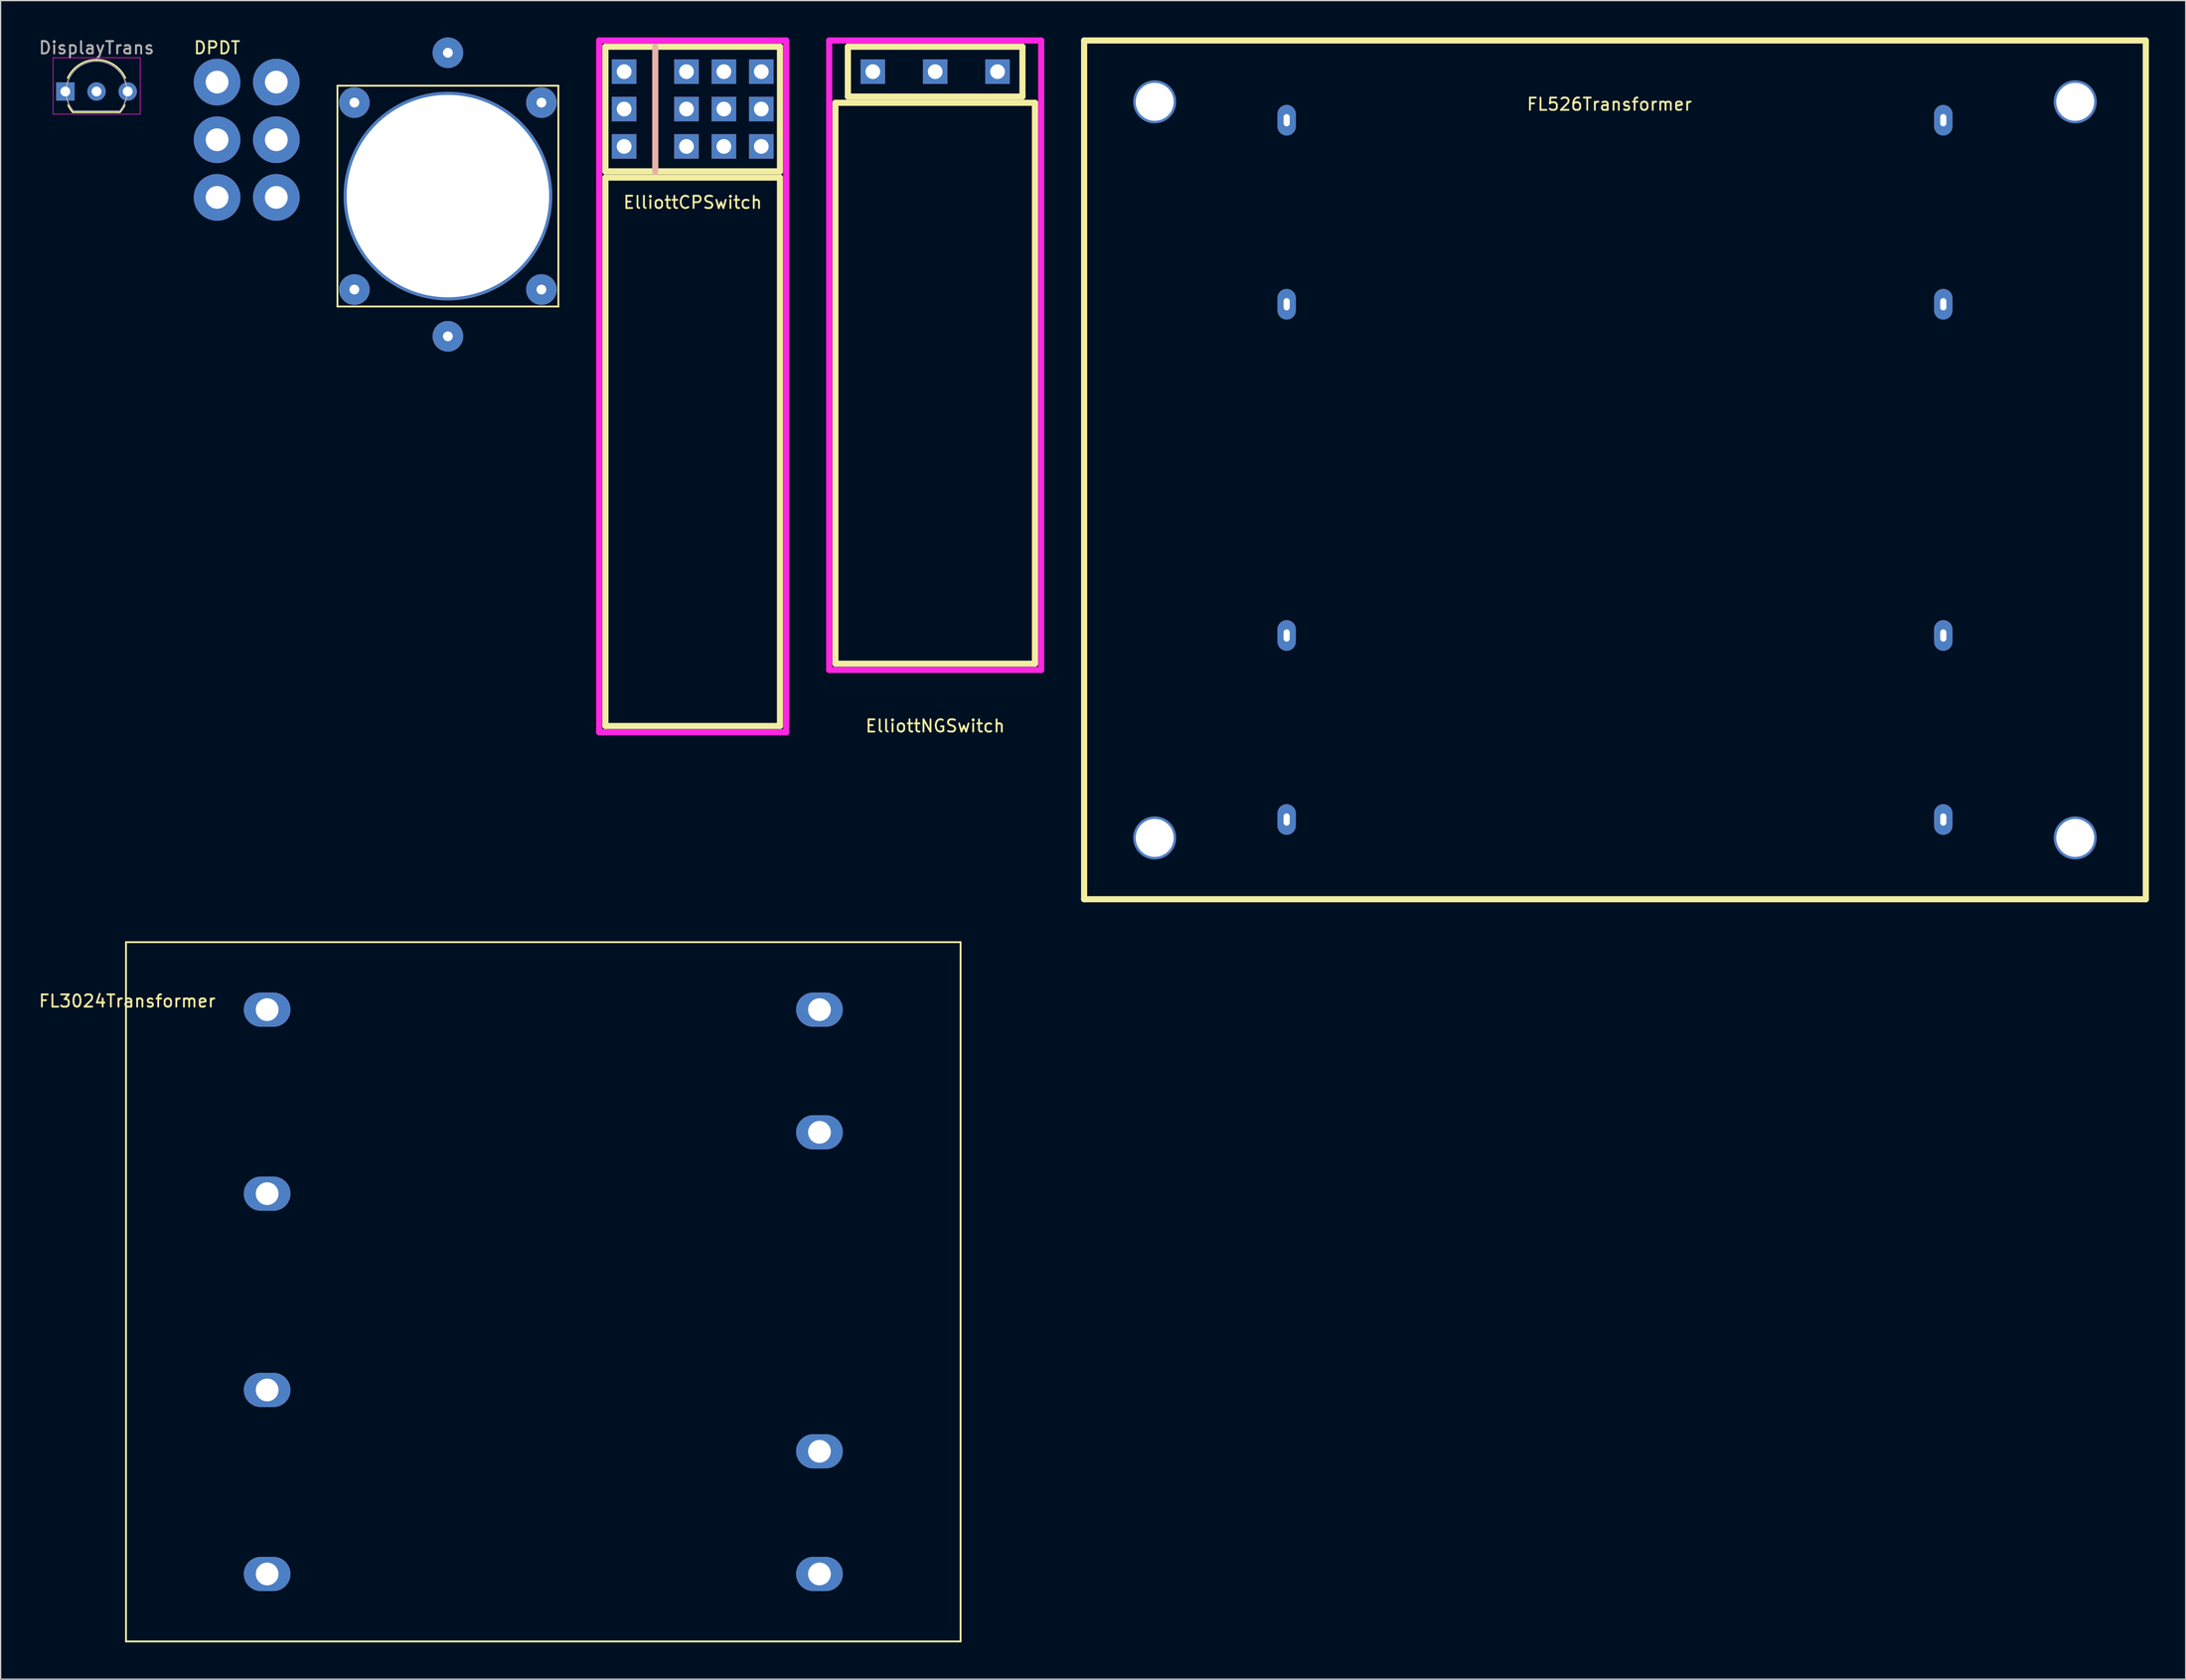
<source format=kicad_pcb>
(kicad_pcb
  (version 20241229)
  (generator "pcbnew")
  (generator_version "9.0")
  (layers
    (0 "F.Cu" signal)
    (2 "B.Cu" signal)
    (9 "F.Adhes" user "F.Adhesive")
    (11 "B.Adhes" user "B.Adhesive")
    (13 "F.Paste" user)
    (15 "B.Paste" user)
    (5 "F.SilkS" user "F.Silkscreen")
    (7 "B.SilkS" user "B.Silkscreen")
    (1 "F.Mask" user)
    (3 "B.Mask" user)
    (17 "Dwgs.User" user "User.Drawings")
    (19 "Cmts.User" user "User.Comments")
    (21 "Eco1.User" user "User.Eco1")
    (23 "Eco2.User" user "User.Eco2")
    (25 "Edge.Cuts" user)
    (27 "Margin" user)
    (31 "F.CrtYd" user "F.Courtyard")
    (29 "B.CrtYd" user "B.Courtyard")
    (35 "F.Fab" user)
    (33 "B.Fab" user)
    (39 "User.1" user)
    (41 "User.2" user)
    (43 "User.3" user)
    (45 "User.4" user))
  (footprint "EAO31"
    (layer "F.Cu")
    (at 33.443 12.934)
    (property "Reference" "EAO31" (at 0 0.5 0) (layer "F.SilkS") (effects (font (size 1 1) (thickness 0.15))))
    (attr through_hole)
    (fp_line (start -9 -9) (end 9 -9) (stroke (width 0.15) (type solid)) (layer "F.SilkS"))
    (fp_line (start -9 9) (end -9 -9) (stroke (width 0.15) (type solid)) (layer "F.SilkS"))
    (fp_line (start 9 -9) (end 9 9) (stroke (width 0.15) (type solid)) (layer "F.SilkS"))
    (fp_line (start 9 9) (end -9 9) (stroke (width 0.15) (type solid)) (layer "F.SilkS"))
    (pad "" np_thru_hole circle (at 0 0) (size 17 17) (drill 16.5) (layers "*.Cu" "*.Mask"))
    (pad "1" thru_hole circle (at -7.62 -7.62) (size 2.5 2.5) (drill 0.8) (layers "*.Cu" "*.Mask"))
    (pad "2" thru_hole circle (at 7.62 -7.62) (size 2.5 2.5) (drill 0.8) (layers "*.Cu" "*.Mask"))
    (pad "3" thru_hole circle (at -7.62 7.62) (size 2.5 2.5) (drill 0.8) (layers "*.Cu" "*.Mask"))
    (pad "3" thru_hole circle (at 7.62 7.62) (size 2.5 2.5) (drill 0.8) (layers "*.Cu" "*.Mask"))
    (pad "4" thru_hole circle (at 0 11.43) (size 2.5 2.5) (drill 0.8) (layers "*.Cu" "*.Mask"))
    (pad "5" thru_hole circle (at 0 -11.684) (size 2.5 2.5) (drill 0.8) (layers "*.Cu" "*.Mask")))
  (footprint "DisplayTrans"
    (layer "F.Cu")
    (at 2.275 4.408)
    (property "Reference" "DisplayTrans" (at 2.54 -3.56 0) (layer "F.Fab") (effects (font (size 1 1) (thickness 0.15))))
    (attr through_hole)
    (fp_line (start 0.6 1.7) (end 4.45 1.7) (stroke (width 0.12) (type solid)) (layer "F.SilkS"))
    (fp_arc (start 0.1836 -1.098807) (mid 1.143021 -2.192817) (end 2.54 -2.6) (stroke (width 0.12) (type solid)) (layer "F.SilkS"))
    (fp_arc (start 0.6 1.7) (mid 0.389183 1.423933) (end 0.217369 1.122045) (stroke (width 0.12) (type solid)) (layer "F.SilkS"))
    (fp_arc (start 2.54 -2.6) (mid 3.936979 -2.192818) (end 4.8964 -1.098807) (stroke (width 0.12) (type solid)) (layer "F.SilkS"))
    (fp_arc (start 4.842383 1.112264) (mid 4.666594 1.419753) (end 4.45 1.7) (stroke (width 0.12) (type solid)) (layer "F.SilkS"))
    (fp_line (start -1 -2.75) (end -1 1.85) (stroke (width 0.05) (type solid)) (layer "F.CrtYd"))
    (fp_line (start -1 -2.75) (end 6.1 -2.75) (stroke (width 0.05) (type solid)) (layer "F.CrtYd"))
    (fp_line (start 6.1 1.85) (end -1 1.85) (stroke (width 0.05) (type solid)) (layer "F.CrtYd"))
    (fp_line (start 6.1 1.85) (end 6.1 -2.75) (stroke (width 0.05) (type solid)) (layer "F.CrtYd"))
    (fp_line (start 0.65 1.6) (end 4.4 1.6) (stroke (width 0.1) (type solid)) (layer "F.Fab"))
    (fp_arc (start 0.647182 1.602385) (mid 0.290076 -1.043188) (end 2.54 -2.48) (stroke (width 0.1) (type solid)) (layer "F.Fab"))
    (fp_arc (start 2.54 -2.48) (mid 4.787211 -1.049019) (end 4.441103 1.592547) (stroke (width 0.1) (type solid)) (layer "F.Fab"))
    (fp_text user "${REFERENCE}" (at 2.54 -3.56 0) (layer "F.Fab") (effects (font (size 1 1) (thickness 0.15))))
    (pad "1" thru_hole rect (at 0 0 90) (size 1.5 1.5) (drill 0.8) (layers "*.Cu" "*.Mask"))
    (pad "2" thru_hole circle (at 2.54 0 90) (size 1.5 1.5) (drill 0.8) (layers "*.Cu" "*.Mask"))
    (pad "3" thru_hole circle (at 5.08 0 90) (size 1.5 1.5) (drill 0.8) (layers "*.Cu" "*.Mask")))
  (footprint "FL526Transformer"
    (layer "F.Cu")
    (at 85.28 0.25)
    (property "Reference" "FL526Transformer" (at 42.8 5.2 0) (layer "F.SilkS") (effects (font (size 1 1) (thickness 0.15))))
    (attr through_hole)
    (fp_line (start 0 0) (end 86.5 0) (stroke (width 0.5) (type solid)) (layer "F.SilkS"))
    (fp_line (start 0 70) (end 0 0) (stroke (width 0.5) (type solid)) (layer "F.SilkS"))
    (fp_line (start 86.5 0) (end 86.5 70) (stroke (width 0.5) (type solid)) (layer "F.SilkS"))
    (fp_line (start 86.5 70) (end 0 70) (stroke (width 0.5) (type solid)) (layer "F.SilkS"))
    (pad "1" thru_hole oval (at 16.5 6.5) (size 1.5 2.5) (drill oval 0.5 1) (layers "*.Cu" "*.Mask"))
    (pad "2" thru_hole oval (at 16.5 21.5) (size 1.5 2.5) (drill oval 0.5 1) (layers "*.Cu" "*.Mask"))
    (pad "3" thru_hole oval (at 16.5 48.5) (size 1.5 2.5) (drill oval 0.5 1) (layers "*.Cu" "*.Mask"))
    (pad "4" thru_hole oval (at 16.5 63.5) (size 1.5 2.5) (drill oval 0.5 1) (layers "*.Cu" "*.Mask"))
    (pad "5" thru_hole oval (at 70 63.5) (size 1.5 2.5) (drill oval 0.5 1) (layers "*.Cu" "*.Mask"))
    (pad "6" thru_hole oval (at 70 48.5) (size 1.5 2.5) (drill oval 0.5 1) (layers "*.Cu" "*.Mask"))
    (pad "7" thru_hole oval (at 70 21.5) (size 1.5 2.5) (drill oval 0.5 1) (layers "*.Cu" "*.Mask"))
    (pad "8" thru_hole oval (at 70 6.5) (size 1.5 2.5) (drill oval 0.5 1) (layers "*.Cu" "*.Mask"))
    (pad "9" thru_hole circle (at 5.75 5) (size 3.5 3.5) (drill 3.1) (layers "*.Cu" "*.Mask"))
    (pad "10" thru_hole circle (at 5.75 65) (size 3.5 3.5) (drill 3.1) (layers "*.Cu" "*.Mask"))
    (pad "11" thru_hole circle (at 80.75 65) (size 3.5 3.5) (drill 3.1) (layers "*.Cu" "*.Mask"))
    (pad "12" thru_hole circle (at 80.75 5) (size 3.5 3.5) (drill 3.1) (layers "*.Cu" "*.Mask")))
  (footprint "DPDT"
    (layer "F.Cu")
    (at 14.637 3.642)
    (property "Reference" "DPDT" (at 0 -2.794 0) (layer "F.SilkS") (effects (font (size 1 1) (thickness 0.15))))
    (attr through_hole)
    (pad "1" thru_hole circle (at 0 0) (size 3.81 3.81) (drill 1.854) (layers "*.Cu" "*.Mask"))
    (pad "2" thru_hole circle (at 0 4.699) (size 3.81 3.81) (drill 1.854) (layers "*.Cu" "*.Mask"))
    (pad "3" thru_hole circle (at 0 9.398) (size 3.81 3.81) (drill 1.854) (layers "*.Cu" "*.Mask"))
    (pad "4" thru_hole circle (at 4.826 0) (size 3.81 3.81) (drill 1.854) (layers "*.Cu" "*.Mask"))
    (pad "5" thru_hole circle (at 4.826 4.699) (size 3.81 3.81) (drill 1.854) (layers "*.Cu" "*.Mask"))
    (pad "6" thru_hole circle (at 4.826 9.398) (size 3.81 3.81) (drill 1.854) (layers "*.Cu" "*.Mask")))
  (footprint "FL3024Transformer"
    (layer "F.Cu")
    (at 7.215 73.75)
    (property "Reference" "FL3024Transformer" (at 0.1 4.8 0) (layer "F.SilkS") (effects (font (size 1 1) (thickness 0.15))))
    (attr through_hole)
    (fp_line (start 0 0) (end 68 0) (stroke (width 0.15) (type solid)) (layer "F.SilkS"))
    (fp_line (start 0 57) (end 0 0) (stroke (width 0.15) (type solid)) (layer "F.SilkS"))
    (fp_line (start 68 0) (end 68 57) (stroke (width 0.15) (type solid)) (layer "F.SilkS"))
    (fp_line (start 68 57) (end 0 57) (stroke (width 0.15) (type solid)) (layer "F.SilkS"))
    (pad "1" thru_hole oval (at 11.5 5.5) (size 3.81 2.794) (drill 1.854) (layers "*.Cu" "*.Mask"))
    (pad "2" thru_hole oval (at 11.5 20.5) (size 3.81 2.794) (drill 1.854) (layers "*.Cu" "*.Mask"))
    (pad "3" thru_hole oval (at 11.5 36.5) (size 3.81 2.794) (drill 1.854) (layers "*.Cu" "*.Mask"))
    (pad "4" thru_hole oval (at 11.5 51.5) (size 3.81 2.794) (drill 1.854) (layers "*.Cu" "*.Mask"))
    (pad "5" thru_hole oval (at 56.5 51.5) (size 3.81 2.794) (drill 1.854) (layers "*.Cu" "*.Mask"))
    (pad "6" thru_hole oval (at 56.5 41.5) (size 3.81 2.794) (drill 1.854) (layers "*.Cu" "*.Mask"))
    (pad "7" thru_hole oval (at 56.5 15.5) (size 3.81 2.794) (drill 1.854) (layers "*.Cu" "*.Mask"))
    (pad "8" thru_hole oval (at 56.5 5.5) (size 3.81 2.794) (drill 1.854) (layers "*.Cu" "*.Mask")))
  (footprint "ElliottNGSwitch"
    (layer "F.Cu")
    (at 73.144 28.19)
    (property "Reference" "ElliottNGSwitch" (at 0 27.94 180) (layer "F.SilkS") (effects (font (size 1 1) (thickness 0.15))))
    (attr through_hole)
    (fp_line (start -8.128 -22.86) (end 8.128 -22.86) (stroke (width 0.5) (type solid)) (layer "F.SilkS"))
    (fp_line (start -8.128 22.86) (end -8.128 -22.86) (stroke (width 0.5) (type solid)) (layer "F.SilkS"))
    (fp_line (start -7.112 -27.432) (end 7.112 -27.432) (stroke (width 0.5) (type solid)) (layer "F.SilkS"))
    (fp_line (start -7.112 -23.368) (end -7.112 -27.432) (stroke (width 0.5) (type solid)) (layer "F.SilkS"))
    (fp_line (start -7.112 -23.368) (end 7.112 -23.368) (stroke (width 0.5) (type solid)) (layer "F.SilkS"))
    (fp_line (start 7.112 -23.368) (end 7.112 -27.432) (stroke (width 0.5) (type solid)) (layer "F.SilkS"))
    (fp_line (start 8.128 -22.86) (end 8.128 22.86) (stroke (width 0.5) (type solid)) (layer "F.SilkS"))
    (fp_line (start 8.128 22.86) (end -8.128 22.86) (stroke (width 0.5) (type solid)) (layer "F.SilkS"))
    (fp_line (start -8.636 -27.94) (end -8.636 23.368) (stroke (width 0.5) (type solid)) (layer "F.CrtYd"))
    (fp_line (start 8.636 -27.94) (end -8.636 -27.94) (stroke (width 0.5) (type solid)) (layer "F.CrtYd"))
    (fp_line (start 8.636 -27.94) (end 8.636 23.368) (stroke (width 0.5) (type solid)) (layer "F.CrtYd"))
    (fp_line (start 8.636 23.368) (end -8.636 23.368) (stroke (width 0.5) (type solid)) (layer "F.CrtYd"))
    (pad "1" thru_hole rect (at 5.08 -25.4 90) (size 2 2) (drill 1.2) (layers "*.Cu" "*.Mask"))
    (pad "2" thru_hole rect (at 0 -25.4 90) (size 2 2) (drill 1.2) (layers "*.Cu" "*.Mask"))
    (pad "3" thru_hole rect (at -5.08 -25.4 90) (size 2 2) (drill 1.2) (layers "*.Cu" "*.Mask")))
  (footprint "ElliottCPSwitch"
    (layer "F.Cu")
    (at 53.388 33.778)
    (property "Reference" "ElliottCPSwitch" (at 0 -20.328 0) (layer "F.SilkS") (effects (font (size 1 1) (thickness 0.15))))
    (attr through_hole)
    (fp_line (start -7.112 -33.02) (end -7.112 -22.86) (stroke (width 0.5) (type solid)) (layer "F.SilkS"))
    (fp_line (start -7.112 -22.86) (end 7.112 -22.86) (stroke (width 0.5) (type solid)) (layer "F.SilkS"))
    (fp_line (start -7.112 -22.352) (end 7.112 -22.352) (stroke (width 0.5) (type solid)) (layer "F.SilkS"))
    (fp_line (start -7.112 22.352) (end -7.112 -22.352) (stroke (width 0.5) (type solid)) (layer "F.SilkS"))
    (fp_line (start 7.112 -33.02) (end -7.112 -33.02) (stroke (width 0.5) (type solid)) (layer "F.SilkS"))
    (fp_line (start 7.112 -22.86) (end 7.112 -33.02) (stroke (width 0.5) (type solid)) (layer "F.SilkS"))
    (fp_line (start 7.112 -22.352) (end 7.112 22.352) (stroke (width 0.5) (type solid)) (layer "F.SilkS"))
    (fp_line (start 7.112 22.352) (end -7.112 22.352) (stroke (width 0.5) (type solid)) (layer "F.SilkS"))
    (fp_line (start -3.048 -33.02) (end -3.048 -22.86) (stroke (width 0.5) (type solid)) (layer "B.SilkS"))
    (fp_line (start -7.62 -33.528) (end 7.62 -33.528) (stroke (width 0.5) (type solid)) (layer "F.CrtYd"))
    (fp_line (start -7.62 22.86) (end -7.62 -33.528) (stroke (width 0.5) (type solid)) (layer "F.CrtYd"))
    (fp_line (start 7.62 -33.528) (end 7.62 22.86) (stroke (width 0.5) (type solid)) (layer "F.CrtYd"))
    (fp_line (start 7.62 22.86) (end -7.62 22.86) (stroke (width 0.5) (type solid)) (layer "F.CrtYd"))
    (pad "1" thru_hole rect (at 5.588 -24.892 90) (size 2 2) (drill 1.2) (layers "*.Cu" "*.Mask"))
    (pad "2" thru_hole rect (at 5.588 -27.94 90) (size 2 2) (drill 1.2) (layers "*.Cu" "*.Mask"))
    (pad "3" thru_hole rect (at 5.588 -30.988 90) (size 2 2) (drill 1.2) (layers "*.Cu" "*.Mask"))
    (pad "4" thru_hole rect (at 2.54 -24.892 90) (size 2 2) (drill 1.2) (layers "*.Cu" "*.Mask"))
    (pad "5" thru_hole rect (at 2.54 -27.94 90) (size 2 2) (drill 1.2) (layers "*.Cu" "*.Mask"))
    (pad "6" thru_hole rect (at 2.54 -30.988 90) (size 2 2) (drill 1.2) (layers "*.Cu" "*.Mask"))
    (pad "7" thru_hole rect (at -0.508 -24.892 90) (size 2 2) (drill 1.2) (layers "*.Cu" "*.Mask"))
    (pad "8" thru_hole rect (at -0.508 -27.94 90) (size 2 2) (drill 1.2) (layers "*.Cu" "*.Mask"))
    (pad "9" thru_hole rect (at -0.508 -30.988 90) (size 2 2) (drill 1.2) (layers "*.Cu" "*.Mask"))
    (pad "10" thru_hole rect (at -5.588 -24.892 90) (size 2 2) (drill 1.2) (layers "*.Cu" "*.Mask"))
    (pad "11" thru_hole rect (at -5.588 -27.94 90) (size 2 2) (drill 1.2) (layers "*.Cu" "*.Mask"))
    (pad "12" thru_hole rect (at -5.588 -30.988 90) (size 2 2) (drill 1.2) (layers "*.Cu" "*.Mask")))
  (gr_rect
    (start -3 -3)
    (end 175.03 133.825)
    (stroke (width 0.1) (type default))
    (fill no)
    (layer "Edge.Cuts")))
</source>
